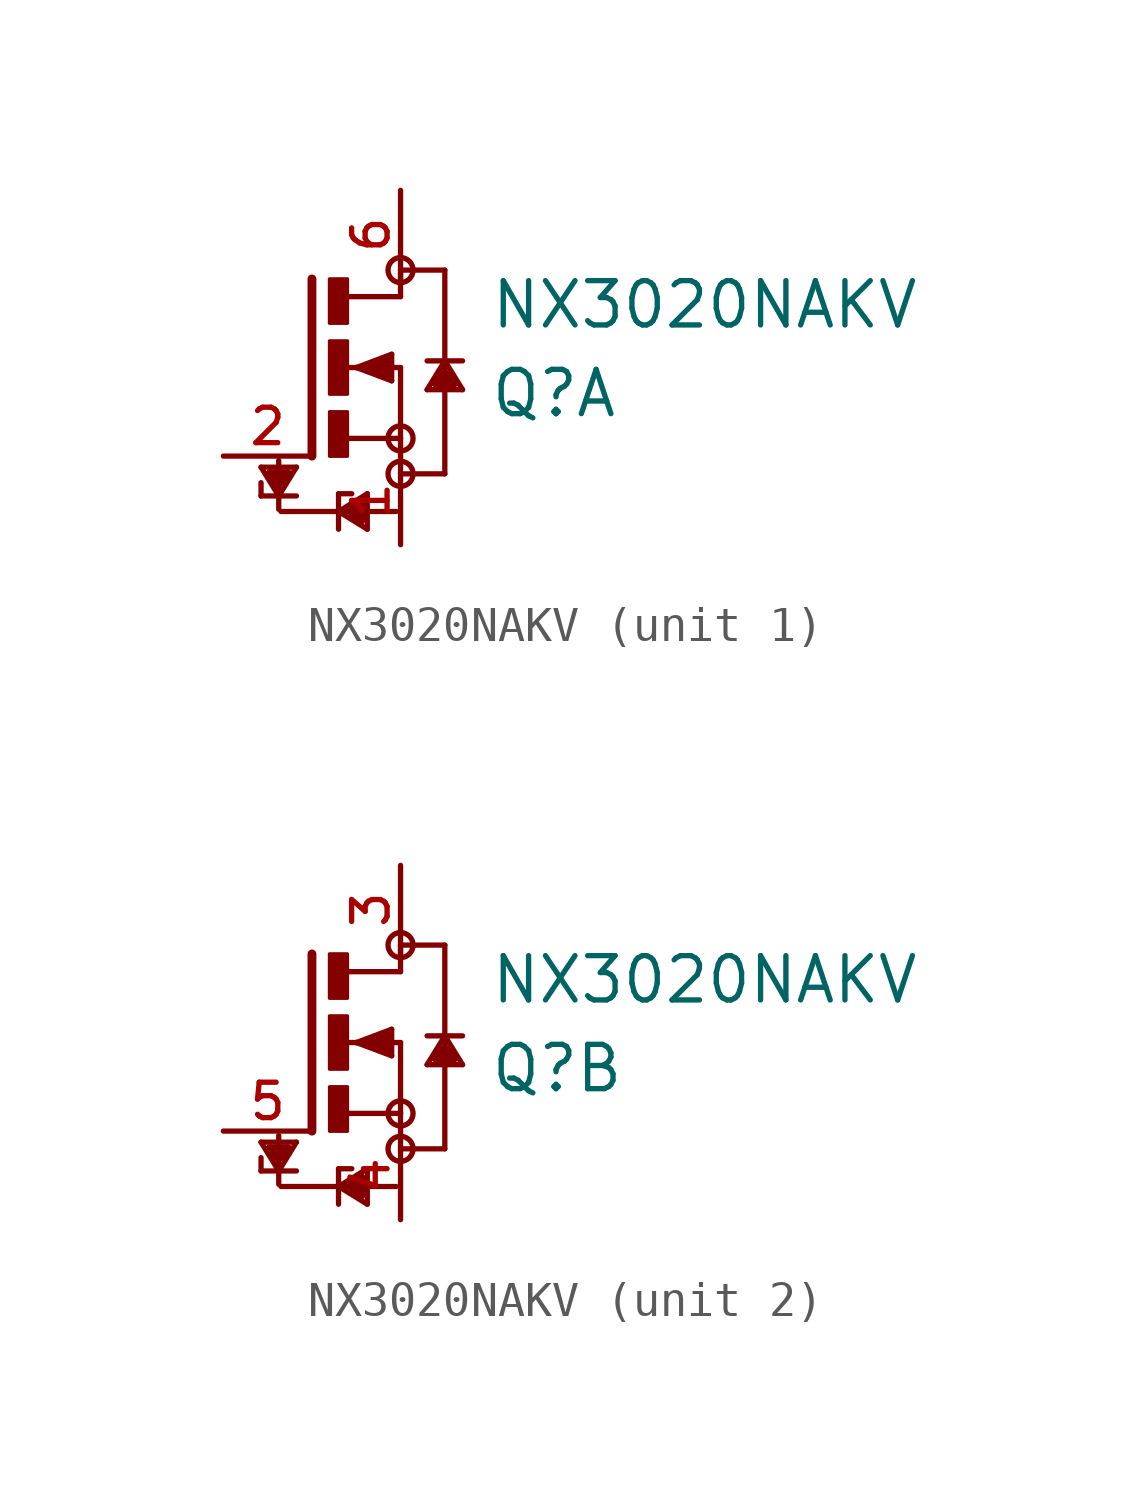
<source format=kicad_sym>
(kicad_symbol_lib
  (version 20211014)
  (generator kicad_symbol_editor)
  (symbol "NX3020NAKV"
    (pin_names
      (offset 1.016))
    (property "Reference" "Q"
      (at 2.545 0.0 0.0)
      (effects (font (size 1.27 1.27)) (justify top left)))
    (property "Value" "NX3020NAKV"
      (at 2.544 2.544 0.0)
      (effects (font (size 1.27 1.27)) (justify top left)))
    (symbol "NX3020NAKV_1_0"
      (polyline (pts (xy -1.27 0.0) (xy -0.254 -0.381)) (stroke (width 0.152)))
      (polyline (pts (xy -0.254 -0.381) (xy -0.254 0.381)) (stroke (width 0.152)))
      (polyline (pts (xy -0.254 0.381) (xy -1.27 0.0)) (stroke (width 0.152)))
      (polyline (pts (xy -1.27 0.0) (xy -1.016 0.0)) (stroke (width 0.152)))
      (polyline (pts (xy -1.016 0.0) (xy -0.889 0.0)) (stroke (width 0.152)))
      (polyline (pts (xy -0.889 0.0) (xy 0.0 0.0)) (stroke (width 0.152)))
      (polyline (pts (xy 0.0 2.032) (xy 0.0 2.794)) (stroke (width 0.152)))
      (polyline (pts (xy -1.524 0.0) (xy -1.27 0.0)) (stroke (width 0.152)))
      (polyline (pts (xy -2.54 -2.54) (xy -2.54 2.54)) (stroke (width 0.254)))
      (polyline (pts (xy 0.0 -3.048) (xy 1.27 -3.048)) (stroke (width 0.152)))
      (polyline (pts (xy 1.27 -3.048) (xy 1.27 -0.191)) (stroke (width 0.152)))
      (polyline (pts (xy 1.27 -0.191) (xy 1.27 0.191)) (stroke (width 0.152)))
      (polyline (pts (xy 1.27 0.191) (xy 1.27 2.794)) (stroke (width 0.152)))
      (polyline (pts (xy 1.27 2.794) (xy 0.0 2.794)) (stroke (width 0.152)))
      (polyline (pts (xy 1.778 -0.635) (xy 0.762 -0.635)) (stroke (width 0.152)))
      (polyline (pts (xy 0.762 -0.635) (xy 1.27 0.191)) (stroke (width 0.152)))
      (polyline (pts (xy 1.27 0.191) (xy 1.778 -0.635)) (stroke (width 0.152)))
      (polyline (pts (xy 1.778 0.191) (xy 1.27 0.191)) (stroke (width 0.152)))
      (polyline (pts (xy 1.27 0.191) (xy 0.762 0.191)) (stroke (width 0.152)))
      (polyline (pts (xy -1.524 -2.032) (xy 0.0 -2.032)) (stroke (width 0.152)))
      (polyline (pts (xy 0.0 -2.032) (xy 0.0 -2.54)) (stroke (width 0.152)))
      (polyline (pts (xy -1.524 2.032) (xy 0.0 2.032)) (stroke (width 0.152)))
      (polyline (pts (xy -1.016 0.0) (xy -0.381 0.254)) (stroke (width 0.254)))
      (polyline (pts (xy -0.381 0.254) (xy -0.381 -0.254)) (stroke (width 0.254)))
      (polyline (pts (xy -0.381 -0.254) (xy -0.889 0.0)) (stroke (width 0.254)))
      (polyline (pts (xy 1.27 -0.191) (xy 1.016 -0.445)) (stroke (width 0.254)))
      (polyline (pts (xy 1.016 -0.445) (xy 1.524 -0.445)) (stroke (width 0.254)))
      (polyline (pts (xy 1.524 -0.445) (xy 1.27 -0.191)) (stroke (width 0.254)))
      (circle (center 0.0 2.794) (radius 0.359) (stroke (width 0.0)) (fill (type none)))
      (circle (center 0.0 -2.032) (radius 0.359) (stroke (width 0.0)) (fill (type none)))
      (circle (center 0.0 -3.048) (radius 0.359) (stroke (width 0.0)) (fill (type none)))
      (rectangle (start -2.033 -2.542) (end -1.524 -1.27) (stroke (width 0.1)) (fill (type outline)))
      (rectangle (start -2.036 1.272) (end -1.524 2.54) (stroke (width 0.1)) (fill (type outline)))
      (rectangle (start -2.035 -0.763) (end -1.524 0.762) (stroke (width 0.1)) (fill (type outline)))
      (polyline (pts (xy 0.0 0.0) (xy 0.0 -2.032)) (stroke (width 0.152)))
      (polyline (pts (xy -0.127 -4.128) (xy -1.397 -4.128)) (stroke (width 0.152)))
      (polyline (pts (xy -1.397 -4.128) (xy -1.778 -4.128)) (stroke (width 0.152)))
      (polyline (pts (xy -1.778 -4.128) (xy -3.429 -4.128)) (stroke (width 0.152)))
      (polyline (pts (xy -0.953 -3.619) (xy -0.953 -4.636)) (stroke (width 0.152)))
      (polyline (pts (xy -0.953 -4.636) (xy -1.778 -4.128)) (stroke (width 0.152)))
      (polyline (pts (xy -1.778 -4.128) (xy -0.953 -3.619)) (stroke (width 0.152)))
      (polyline (pts (xy -1.778 -3.619) (xy -1.778 -4.128)) (stroke (width 0.152)))
      (polyline (pts (xy -1.778 -4.128) (xy -1.778 -4.636)) (stroke (width 0.152)))
      (polyline (pts (xy -1.397 -4.128) (xy -1.143 -4.381)) (stroke (width 0.254)))
      (polyline (pts (xy -1.143 -4.381) (xy -1.143 -3.873)) (stroke (width 0.254)))
      (polyline (pts (xy -1.143 -3.873) (xy -1.397 -4.128)) (stroke (width 0.254)))
      (polyline (pts (xy -3.493 -2.667) (xy -3.493 -3.302)) (stroke (width 0.152)))
      (polyline (pts (xy -3.493 -3.302) (xy -3.493 -3.683)) (stroke (width 0.152)))
      (polyline (pts (xy -3.493 -3.683) (xy -3.493 -4.064)) (stroke (width 0.152)))
      (polyline (pts (xy -4 -2.857) (xy -2.985 -2.857)) (stroke (width 0.152)))
      (polyline (pts (xy -2.985 -2.857) (xy -3.493 -3.683)) (stroke (width 0.152)))
      (polyline (pts (xy -3.493 -3.683) (xy -4 -2.857)) (stroke (width 0.152)))
      (polyline (pts (xy -4 -3.683) (xy -3.493 -3.683)) (stroke (width 0.152)))
      (polyline (pts (xy -3.493 -3.302) (xy -3.239 -3.048)) (stroke (width 0.254)))
      (polyline (pts (xy -3.239 -3.048) (xy -3.747 -3.048)) (stroke (width 0.254)))
      (polyline (pts (xy -3.747 -3.048) (xy -3.493 -3.302)) (stroke (width 0.254)))
      (polyline (pts (xy -3.493 -3.683) (xy -2.985 -3.683)) (stroke (width 0.152)))
      (polyline (pts (xy -4 -3.683) (xy -4 -3.302)) (stroke (width 0.152)))
      (polyline (pts (xy -1.778 -3.619) (xy -1.397 -3.619)) (stroke (width 0.152)))
      (pin passive line (at -5.08 -2.54 0) (length 2.54) (name "~" (effects (font (size 1.016 1.016)))) (number "2" (effects (font (size 1.016 1.016)))))
      (pin passive line (at 0.0 -5.08 90.0) (length 2.54) (name "~" (effects (font (size 1.016 1.016)))) (number "1" (effects (font (size 1.016 1.016)))))
      (pin passive line (at 0.0 5.08 270.0) (length 2.54) (name "~" (effects (font (size 1.016 1.016)))) (number "6" (effects (font (size 1.016 1.016))))))
    (symbol "NX3020NAKV_2_0"
      (polyline (pts (xy -1.27 0.0) (xy -0.254 -0.381)) (stroke (width 0.152)))
      (polyline (pts (xy -0.254 -0.381) (xy -0.254 0.381)) (stroke (width 0.152)))
      (polyline (pts (xy -0.254 0.381) (xy -1.27 0.0)) (stroke (width 0.152)))
      (polyline (pts (xy -1.27 0.0) (xy -1.016 0.0)) (stroke (width 0.152)))
      (polyline (pts (xy -1.016 0.0) (xy -0.889 0.0)) (stroke (width 0.152)))
      (polyline (pts (xy -0.889 0.0) (xy 0.0 0.0)) (stroke (width 0.152)))
      (polyline (pts (xy 0.0 2.032) (xy 0.0 2.794)) (stroke (width 0.152)))
      (polyline (pts (xy -1.524 0.0) (xy -1.27 0.0)) (stroke (width 0.152)))
      (polyline (pts (xy -2.54 -2.54) (xy -2.54 2.54)) (stroke (width 0.254)))
      (polyline (pts (xy 0.0 -3.048) (xy 1.27 -3.048)) (stroke (width 0.152)))
      (polyline (pts (xy 1.27 -3.048) (xy 1.27 -0.191)) (stroke (width 0.152)))
      (polyline (pts (xy 1.27 -0.191) (xy 1.27 0.191)) (stroke (width 0.152)))
      (polyline (pts (xy 1.27 0.191) (xy 1.27 2.794)) (stroke (width 0.152)))
      (polyline (pts (xy 1.27 2.794) (xy 0.0 2.794)) (stroke (width 0.152)))
      (polyline (pts (xy 1.778 -0.635) (xy 0.762 -0.635)) (stroke (width 0.152)))
      (polyline (pts (xy 0.762 -0.635) (xy 1.27 0.191)) (stroke (width 0.152)))
      (polyline (pts (xy 1.27 0.191) (xy 1.778 -0.635)) (stroke (width 0.152)))
      (polyline (pts (xy 1.778 0.191) (xy 1.27 0.191)) (stroke (width 0.152)))
      (polyline (pts (xy 1.27 0.191) (xy 0.762 0.191)) (stroke (width 0.152)))
      (polyline (pts (xy -1.524 -2.032) (xy 0.0 -2.032)) (stroke (width 0.152)))
      (polyline (pts (xy 0.0 -2.032) (xy 0.0 -2.54)) (stroke (width 0.152)))
      (polyline (pts (xy -1.524 2.032) (xy 0.0 2.032)) (stroke (width 0.152)))
      (polyline (pts (xy -1.016 0.0) (xy -0.381 0.254)) (stroke (width 0.254)))
      (polyline (pts (xy -0.381 0.254) (xy -0.381 -0.254)) (stroke (width 0.254)))
      (polyline (pts (xy -0.381 -0.254) (xy -0.889 0.0)) (stroke (width 0.254)))
      (polyline (pts (xy 1.27 -0.191) (xy 1.016 -0.445)) (stroke (width 0.254)))
      (polyline (pts (xy 1.016 -0.445) (xy 1.524 -0.445)) (stroke (width 0.254)))
      (polyline (pts (xy 1.524 -0.445) (xy 1.27 -0.191)) (stroke (width 0.254)))
      (circle (center 0.0 2.794) (radius 0.359) (stroke (width 0.0)) (fill (type none)))
      (circle (center 0.0 -2.032) (radius 0.359) (stroke (width 0.0)) (fill (type none)))
      (circle (center 0.0 -3.048) (radius 0.359) (stroke (width 0.0)) (fill (type none)))
      (rectangle (start -2.033 -2.542) (end -1.524 -1.27) (stroke (width 0.1)) (fill (type outline)))
      (rectangle (start -2.036 1.272) (end -1.524 2.54) (stroke (width 0.1)) (fill (type outline)))
      (rectangle (start -2.035 -0.763) (end -1.524 0.762) (stroke (width 0.1)) (fill (type outline)))
      (polyline (pts (xy 0.0 0.0) (xy 0.0 -2.032)) (stroke (width 0.152)))
      (polyline (pts (xy -0.127 -4.128) (xy -1.397 -4.128)) (stroke (width 0.152)))
      (polyline (pts (xy -1.397 -4.128) (xy -1.778 -4.128)) (stroke (width 0.152)))
      (polyline (pts (xy -1.778 -4.128) (xy -3.429 -4.128)) (stroke (width 0.152)))
      (polyline (pts (xy -0.953 -3.619) (xy -0.953 -4.636)) (stroke (width 0.152)))
      (polyline (pts (xy -0.953 -4.636) (xy -1.778 -4.128)) (stroke (width 0.152)))
      (polyline (pts (xy -1.778 -4.128) (xy -0.953 -3.619)) (stroke (width 0.152)))
      (polyline (pts (xy -1.778 -3.619) (xy -1.778 -4.128)) (stroke (width 0.152)))
      (polyline (pts (xy -1.778 -4.128) (xy -1.778 -4.636)) (stroke (width 0.152)))
      (polyline (pts (xy -1.397 -4.128) (xy -1.143 -4.381)) (stroke (width 0.254)))
      (polyline (pts (xy -1.143 -4.381) (xy -1.143 -3.873)) (stroke (width 0.254)))
      (polyline (pts (xy -1.143 -3.873) (xy -1.397 -4.128)) (stroke (width 0.254)))
      (polyline (pts (xy -3.493 -2.667) (xy -3.493 -3.302)) (stroke (width 0.152)))
      (polyline (pts (xy -3.493 -3.302) (xy -3.493 -3.683)) (stroke (width 0.152)))
      (polyline (pts (xy -3.493 -3.683) (xy -3.493 -4.064)) (stroke (width 0.152)))
      (polyline (pts (xy -4 -2.857) (xy -2.985 -2.857)) (stroke (width 0.152)))
      (polyline (pts (xy -2.985 -2.857) (xy -3.493 -3.683)) (stroke (width 0.152)))
      (polyline (pts (xy -3.493 -3.683) (xy -4 -2.857)) (stroke (width 0.152)))
      (polyline (pts (xy -4 -3.683) (xy -3.493 -3.683)) (stroke (width 0.152)))
      (polyline (pts (xy -3.493 -3.302) (xy -3.239 -3.048)) (stroke (width 0.254)))
      (polyline (pts (xy -3.239 -3.048) (xy -3.747 -3.048)) (stroke (width 0.254)))
      (polyline (pts (xy -3.747 -3.048) (xy -3.493 -3.302)) (stroke (width 0.254)))
      (polyline (pts (xy -3.493 -3.683) (xy -2.985 -3.683)) (stroke (width 0.152)))
      (polyline (pts (xy -4 -3.683) (xy -4 -3.302)) (stroke (width 0.152)))
      (polyline (pts (xy -1.778 -3.619) (xy -1.397 -3.619)) (stroke (width 0.152)))
      (pin passive line (at -5.08 -2.54 0) (length 2.54) (name "~" (effects (font (size 1.016 1.016)))) (number "5" (effects (font (size 1.016 1.016)))))
      (pin passive line (at 0.0 -5.08 90.0) (length 2.54) (name "~" (effects (font (size 1.016 1.016)))) (number "4" (effects (font (size 1.016 1.016)))))
      (pin passive line (at 0.0 5.08 270.0) (length 2.54) (name "~" (effects (font (size 1.016 1.016)))) (number "3" (effects (font (size 1.016 1.016))))))))
</source>
